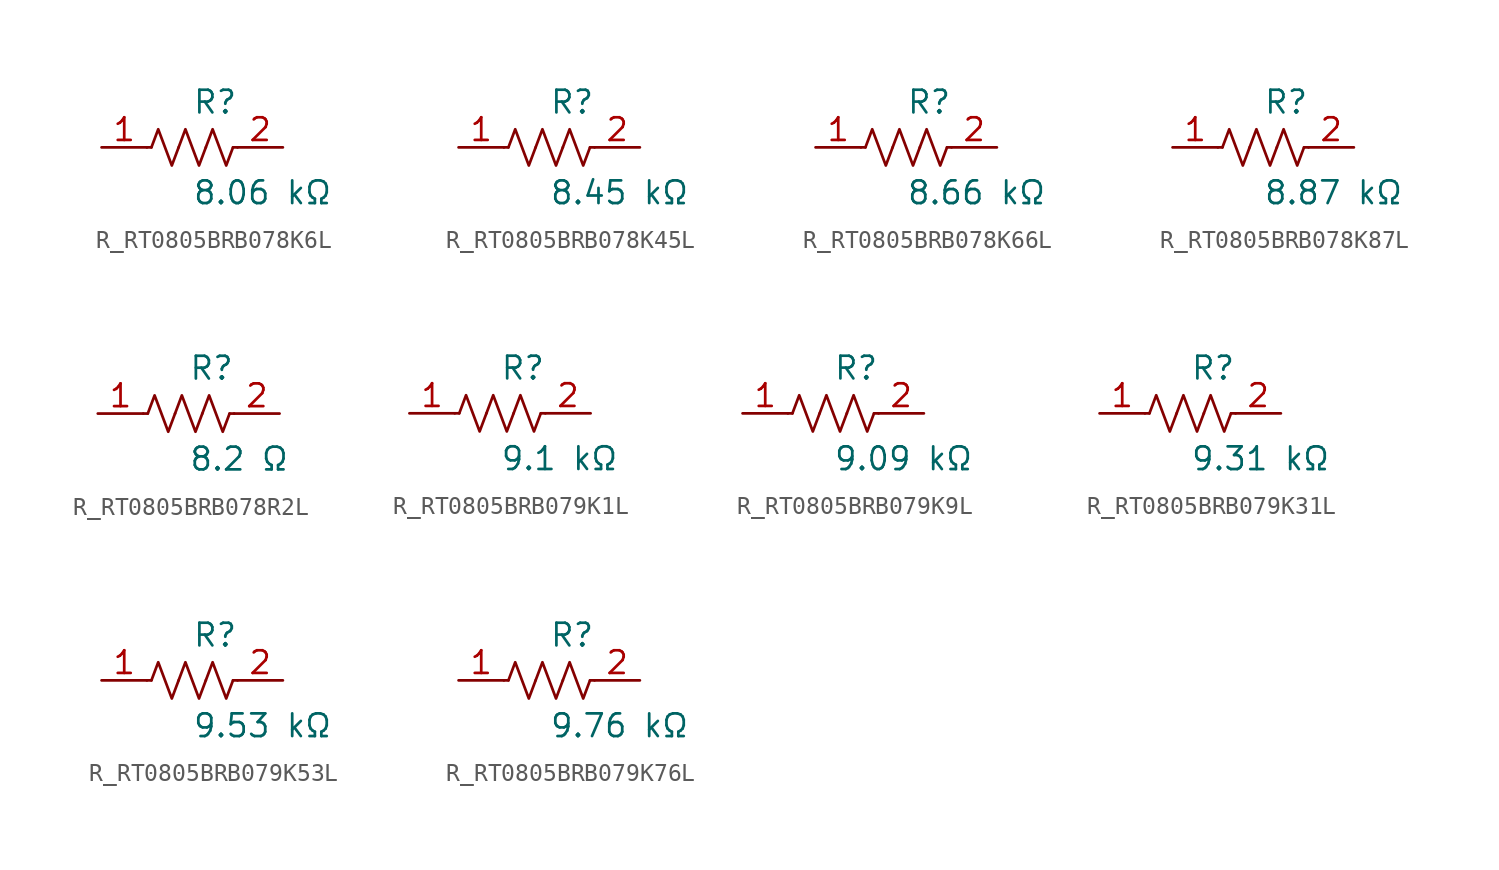
<source format=kicad_sym>
(kicad_symbol_lib
  (version 20231120)
  (generator kicad_symbol_editor)
  (generator_version 8.0)
  (symbol "R_RT0805BRB078K6L"
    (pin_names
      (offset 0.254))
    (property "Reference" "R"
      (at 0.0 2.54 0)
      (effects (font (size 1.27 1.27)) (justify left)))
    (property "Value" "8.06 kΩ"
      (at 0.0 -2.54 0)
      (effects (font (size 1.27 1.27)) (justify left)))
    (symbol "R_RT0805BRB078K6L_0_1"
      (polyline (pts (xy 2.286 0) (xy 2.54 0)) (stroke (width 0) (type default)) (fill (type none)))
      (polyline (pts (xy -2.286 0) (xy -2.54 0)) (stroke (width 0) (type default)) (fill (type none)))
      (polyline (pts (xy 0.762 0) (xy 1.143 1.016) (xy 1.524 0) (xy 1.905 -1.016) (xy 2.286 0)) (stroke (width 0) (type default)) (fill (type none)))
      (polyline (pts (xy -0.762 0) (xy -0.381 1.016) (xy 0 0) (xy 0.381 -1.016) (xy 0.762 0)) (stroke (width 0) (type default)) (fill (type none)))
      (polyline (pts (xy -2.286 0) (xy -1.905 1.016) (xy -1.524 0) (xy -1.143 -1.016) (xy -0.762 0)) (stroke (width 0) (type default)) (fill (type none))))
    (pin unspecified line
      (at -5.08 0 0)
      (length 2.54)
      (name "" (effects (font (size 1.27 1.27))))
      (number "1" (effects (font (size 1.27 1.27)))))
    (pin unspecified line
      (at 5.08 0 180)
      (length 2.54)
      (name "" (effects (font (size 1.27 1.27))))
      (number "2" (effects (font (size 1.27 1.27))))))
  (symbol "R_RT0805BRB078K45L"
    (pin_names
      (offset 0.254))
    (property "Reference" "R"
      (at 0.0 2.54 0)
      (effects (font (size 1.27 1.27)) (justify left)))
    (property "Value" "8.45 kΩ"
      (at 0.0 -2.54 0)
      (effects (font (size 1.27 1.27)) (justify left)))
    (symbol "R_RT0805BRB078K45L_0_1"
      (polyline (pts (xy 2.286 0) (xy 2.54 0)) (stroke (width 0) (type default)) (fill (type none)))
      (polyline (pts (xy -2.286 0) (xy -2.54 0)) (stroke (width 0) (type default)) (fill (type none)))
      (polyline (pts (xy 0.762 0) (xy 1.143 1.016) (xy 1.524 0) (xy 1.905 -1.016) (xy 2.286 0)) (stroke (width 0) (type default)) (fill (type none)))
      (polyline (pts (xy -0.762 0) (xy -0.381 1.016) (xy 0 0) (xy 0.381 -1.016) (xy 0.762 0)) (stroke (width 0) (type default)) (fill (type none)))
      (polyline (pts (xy -2.286 0) (xy -1.905 1.016) (xy -1.524 0) (xy -1.143 -1.016) (xy -0.762 0)) (stroke (width 0) (type default)) (fill (type none))))
    (pin unspecified line
      (at -5.08 0 0)
      (length 2.54)
      (name "" (effects (font (size 1.27 1.27))))
      (number "1" (effects (font (size 1.27 1.27)))))
    (pin unspecified line
      (at 5.08 0 180)
      (length 2.54)
      (name "" (effects (font (size 1.27 1.27))))
      (number "2" (effects (font (size 1.27 1.27))))))
  (symbol "R_RT0805BRB078K66L"
    (pin_names
      (offset 0.254))
    (property "Reference" "R"
      (at 0.0 2.54 0)
      (effects (font (size 1.27 1.27)) (justify left)))
    (property "Value" "8.66 kΩ"
      (at 0.0 -2.54 0)
      (effects (font (size 1.27 1.27)) (justify left)))
    (symbol "R_RT0805BRB078K66L_0_1"
      (polyline (pts (xy 2.286 0) (xy 2.54 0)) (stroke (width 0) (type default)) (fill (type none)))
      (polyline (pts (xy -2.286 0) (xy -2.54 0)) (stroke (width 0) (type default)) (fill (type none)))
      (polyline (pts (xy 0.762 0) (xy 1.143 1.016) (xy 1.524 0) (xy 1.905 -1.016) (xy 2.286 0)) (stroke (width 0) (type default)) (fill (type none)))
      (polyline (pts (xy -0.762 0) (xy -0.381 1.016) (xy 0 0) (xy 0.381 -1.016) (xy 0.762 0)) (stroke (width 0) (type default)) (fill (type none)))
      (polyline (pts (xy -2.286 0) (xy -1.905 1.016) (xy -1.524 0) (xy -1.143 -1.016) (xy -0.762 0)) (stroke (width 0) (type default)) (fill (type none))))
    (pin unspecified line
      (at -5.08 0 0)
      (length 2.54)
      (name "" (effects (font (size 1.27 1.27))))
      (number "1" (effects (font (size 1.27 1.27)))))
    (pin unspecified line
      (at 5.08 0 180)
      (length 2.54)
      (name "" (effects (font (size 1.27 1.27))))
      (number "2" (effects (font (size 1.27 1.27))))))
  (symbol "R_RT0805BRB078K87L"
    (pin_names
      (offset 0.254))
    (property "Reference" "R"
      (at 0.0 2.54 0)
      (effects (font (size 1.27 1.27)) (justify left)))
    (property "Value" "8.87 kΩ"
      (at 0.0 -2.54 0)
      (effects (font (size 1.27 1.27)) (justify left)))
    (symbol "R_RT0805BRB078K87L_0_1"
      (polyline (pts (xy 2.286 0) (xy 2.54 0)) (stroke (width 0) (type default)) (fill (type none)))
      (polyline (pts (xy -2.286 0) (xy -2.54 0)) (stroke (width 0) (type default)) (fill (type none)))
      (polyline (pts (xy 0.762 0) (xy 1.143 1.016) (xy 1.524 0) (xy 1.905 -1.016) (xy 2.286 0)) (stroke (width 0) (type default)) (fill (type none)))
      (polyline (pts (xy -0.762 0) (xy -0.381 1.016) (xy 0 0) (xy 0.381 -1.016) (xy 0.762 0)) (stroke (width 0) (type default)) (fill (type none)))
      (polyline (pts (xy -2.286 0) (xy -1.905 1.016) (xy -1.524 0) (xy -1.143 -1.016) (xy -0.762 0)) (stroke (width 0) (type default)) (fill (type none))))
    (pin unspecified line
      (at -5.08 0 0)
      (length 2.54)
      (name "" (effects (font (size 1.27 1.27))))
      (number "1" (effects (font (size 1.27 1.27)))))
    (pin unspecified line
      (at 5.08 0 180)
      (length 2.54)
      (name "" (effects (font (size 1.27 1.27))))
      (number "2" (effects (font (size 1.27 1.27))))))
  (symbol "R_RT0805BRB078R2L"
    (pin_names
      (offset 0.254))
    (property "Reference" "R"
      (at 0.0 2.54 0)
      (effects (font (size 1.27 1.27)) (justify left)))
    (property "Value" "8.2 Ω"
      (at 0.0 -2.54 0)
      (effects (font (size 1.27 1.27)) (justify left)))
    (symbol "R_RT0805BRB078R2L_0_1"
      (polyline (pts (xy 2.286 0) (xy 2.54 0)) (stroke (width 0) (type default)) (fill (type none)))
      (polyline (pts (xy -2.286 0) (xy -2.54 0)) (stroke (width 0) (type default)) (fill (type none)))
      (polyline (pts (xy 0.762 0) (xy 1.143 1.016) (xy 1.524 0) (xy 1.905 -1.016) (xy 2.286 0)) (stroke (width 0) (type default)) (fill (type none)))
      (polyline (pts (xy -0.762 0) (xy -0.381 1.016) (xy 0 0) (xy 0.381 -1.016) (xy 0.762 0)) (stroke (width 0) (type default)) (fill (type none)))
      (polyline (pts (xy -2.286 0) (xy -1.905 1.016) (xy -1.524 0) (xy -1.143 -1.016) (xy -0.762 0)) (stroke (width 0) (type default)) (fill (type none))))
    (pin unspecified line
      (at -5.08 0 0)
      (length 2.54)
      (name "" (effects (font (size 1.27 1.27))))
      (number "1" (effects (font (size 1.27 1.27)))))
    (pin unspecified line
      (at 5.08 0 180)
      (length 2.54)
      (name "" (effects (font (size 1.27 1.27))))
      (number "2" (effects (font (size 1.27 1.27))))))
  (symbol "R_RT0805BRB079K1L"
    (pin_names
      (offset 0.254))
    (property "Reference" "R"
      (at 0.0 2.54 0)
      (effects (font (size 1.27 1.27)) (justify left)))
    (property "Value" "9.1 kΩ"
      (at 0.0 -2.54 0)
      (effects (font (size 1.27 1.27)) (justify left)))
    (symbol "R_RT0805BRB079K1L_0_1"
      (polyline (pts (xy 2.286 0) (xy 2.54 0)) (stroke (width 0) (type default)) (fill (type none)))
      (polyline (pts (xy -2.286 0) (xy -2.54 0)) (stroke (width 0) (type default)) (fill (type none)))
      (polyline (pts (xy 0.762 0) (xy 1.143 1.016) (xy 1.524 0) (xy 1.905 -1.016) (xy 2.286 0)) (stroke (width 0) (type default)) (fill (type none)))
      (polyline (pts (xy -0.762 0) (xy -0.381 1.016) (xy 0 0) (xy 0.381 -1.016) (xy 0.762 0)) (stroke (width 0) (type default)) (fill (type none)))
      (polyline (pts (xy -2.286 0) (xy -1.905 1.016) (xy -1.524 0) (xy -1.143 -1.016) (xy -0.762 0)) (stroke (width 0) (type default)) (fill (type none))))
    (pin unspecified line
      (at -5.08 0 0)
      (length 2.54)
      (name "" (effects (font (size 1.27 1.27))))
      (number "1" (effects (font (size 1.27 1.27)))))
    (pin unspecified line
      (at 5.08 0 180)
      (length 2.54)
      (name "" (effects (font (size 1.27 1.27))))
      (number "2" (effects (font (size 1.27 1.27))))))
  (symbol "R_RT0805BRB079K9L"
    (pin_names
      (offset 0.254))
    (property "Reference" "R"
      (at 0.0 2.54 0)
      (effects (font (size 1.27 1.27)) (justify left)))
    (property "Value" "9.09 kΩ"
      (at 0.0 -2.54 0)
      (effects (font (size 1.27 1.27)) (justify left)))
    (symbol "R_RT0805BRB079K9L_0_1"
      (polyline (pts (xy 2.286 0) (xy 2.54 0)) (stroke (width 0) (type default)) (fill (type none)))
      (polyline (pts (xy -2.286 0) (xy -2.54 0)) (stroke (width 0) (type default)) (fill (type none)))
      (polyline (pts (xy 0.762 0) (xy 1.143 1.016) (xy 1.524 0) (xy 1.905 -1.016) (xy 2.286 0)) (stroke (width 0) (type default)) (fill (type none)))
      (polyline (pts (xy -0.762 0) (xy -0.381 1.016) (xy 0 0) (xy 0.381 -1.016) (xy 0.762 0)) (stroke (width 0) (type default)) (fill (type none)))
      (polyline (pts (xy -2.286 0) (xy -1.905 1.016) (xy -1.524 0) (xy -1.143 -1.016) (xy -0.762 0)) (stroke (width 0) (type default)) (fill (type none))))
    (pin unspecified line
      (at -5.08 0 0)
      (length 2.54)
      (name "" (effects (font (size 1.27 1.27))))
      (number "1" (effects (font (size 1.27 1.27)))))
    (pin unspecified line
      (at 5.08 0 180)
      (length 2.54)
      (name "" (effects (font (size 1.27 1.27))))
      (number "2" (effects (font (size 1.27 1.27))))))
  (symbol "R_RT0805BRB079K31L"
    (pin_names
      (offset 0.254))
    (property "Reference" "R"
      (at 0.0 2.54 0)
      (effects (font (size 1.27 1.27)) (justify left)))
    (property "Value" "9.31 kΩ"
      (at 0.0 -2.54 0)
      (effects (font (size 1.27 1.27)) (justify left)))
    (symbol "R_RT0805BRB079K31L_0_1"
      (polyline (pts (xy 2.286 0) (xy 2.54 0)) (stroke (width 0) (type default)) (fill (type none)))
      (polyline (pts (xy -2.286 0) (xy -2.54 0)) (stroke (width 0) (type default)) (fill (type none)))
      (polyline (pts (xy 0.762 0) (xy 1.143 1.016) (xy 1.524 0) (xy 1.905 -1.016) (xy 2.286 0)) (stroke (width 0) (type default)) (fill (type none)))
      (polyline (pts (xy -0.762 0) (xy -0.381 1.016) (xy 0 0) (xy 0.381 -1.016) (xy 0.762 0)) (stroke (width 0) (type default)) (fill (type none)))
      (polyline (pts (xy -2.286 0) (xy -1.905 1.016) (xy -1.524 0) (xy -1.143 -1.016) (xy -0.762 0)) (stroke (width 0) (type default)) (fill (type none))))
    (pin unspecified line
      (at -5.08 0 0)
      (length 2.54)
      (name "" (effects (font (size 1.27 1.27))))
      (number "1" (effects (font (size 1.27 1.27)))))
    (pin unspecified line
      (at 5.08 0 180)
      (length 2.54)
      (name "" (effects (font (size 1.27 1.27))))
      (number "2" (effects (font (size 1.27 1.27))))))
  (symbol "R_RT0805BRB079K53L"
    (pin_names
      (offset 0.254))
    (property "Reference" "R"
      (at 0.0 2.54 0)
      (effects (font (size 1.27 1.27)) (justify left)))
    (property "Value" "9.53 kΩ"
      (at 0.0 -2.54 0)
      (effects (font (size 1.27 1.27)) (justify left)))
    (symbol "R_RT0805BRB079K53L_0_1"
      (polyline (pts (xy 2.286 0) (xy 2.54 0)) (stroke (width 0) (type default)) (fill (type none)))
      (polyline (pts (xy -2.286 0) (xy -2.54 0)) (stroke (width 0) (type default)) (fill (type none)))
      (polyline (pts (xy 0.762 0) (xy 1.143 1.016) (xy 1.524 0) (xy 1.905 -1.016) (xy 2.286 0)) (stroke (width 0) (type default)) (fill (type none)))
      (polyline (pts (xy -0.762 0) (xy -0.381 1.016) (xy 0 0) (xy 0.381 -1.016) (xy 0.762 0)) (stroke (width 0) (type default)) (fill (type none)))
      (polyline (pts (xy -2.286 0) (xy -1.905 1.016) (xy -1.524 0) (xy -1.143 -1.016) (xy -0.762 0)) (stroke (width 0) (type default)) (fill (type none))))
    (pin unspecified line
      (at -5.08 0 0)
      (length 2.54)
      (name "" (effects (font (size 1.27 1.27))))
      (number "1" (effects (font (size 1.27 1.27)))))
    (pin unspecified line
      (at 5.08 0 180)
      (length 2.54)
      (name "" (effects (font (size 1.27 1.27))))
      (number "2" (effects (font (size 1.27 1.27))))))
  (symbol "R_RT0805BRB079K76L"
    (pin_names
      (offset 0.254))
    (property "Reference" "R"
      (at 0.0 2.54 0)
      (effects (font (size 1.27 1.27)) (justify left)))
    (property "Value" "9.76 kΩ"
      (at 0.0 -2.54 0)
      (effects (font (size 1.27 1.27)) (justify left)))
    (symbol "R_RT0805BRB079K76L_0_1"
      (polyline (pts (xy 2.286 0) (xy 2.54 0)) (stroke (width 0) (type default)) (fill (type none)))
      (polyline (pts (xy -2.286 0) (xy -2.54 0)) (stroke (width 0) (type default)) (fill (type none)))
      (polyline (pts (xy 0.762 0) (xy 1.143 1.016) (xy 1.524 0) (xy 1.905 -1.016) (xy 2.286 0)) (stroke (width 0) (type default)) (fill (type none)))
      (polyline (pts (xy -0.762 0) (xy -0.381 1.016) (xy 0 0) (xy 0.381 -1.016) (xy 0.762 0)) (stroke (width 0) (type default)) (fill (type none)))
      (polyline (pts (xy -2.286 0) (xy -1.905 1.016) (xy -1.524 0) (xy -1.143 -1.016) (xy -0.762 0)) (stroke (width 0) (type default)) (fill (type none))))
    (pin unspecified line
      (at -5.08 0 0)
      (length 2.54)
      (name "" (effects (font (size 1.27 1.27))))
      (number "1" (effects (font (size 1.27 1.27)))))
    (pin unspecified line
      (at 5.08 0 180)
      (length 2.54)
      (name "" (effects (font (size 1.27 1.27))))
      (number "2" (effects (font (size 1.27 1.27)))))))
</source>
